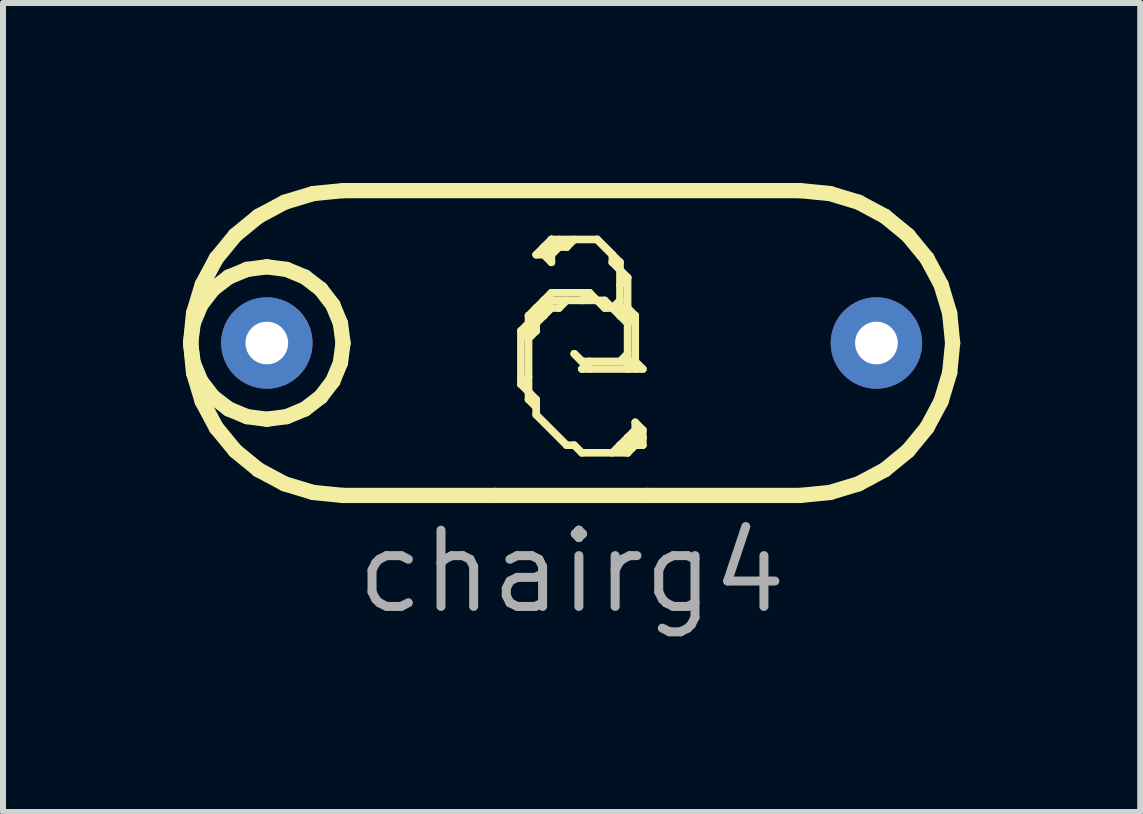
<source format=kicad_pcb>
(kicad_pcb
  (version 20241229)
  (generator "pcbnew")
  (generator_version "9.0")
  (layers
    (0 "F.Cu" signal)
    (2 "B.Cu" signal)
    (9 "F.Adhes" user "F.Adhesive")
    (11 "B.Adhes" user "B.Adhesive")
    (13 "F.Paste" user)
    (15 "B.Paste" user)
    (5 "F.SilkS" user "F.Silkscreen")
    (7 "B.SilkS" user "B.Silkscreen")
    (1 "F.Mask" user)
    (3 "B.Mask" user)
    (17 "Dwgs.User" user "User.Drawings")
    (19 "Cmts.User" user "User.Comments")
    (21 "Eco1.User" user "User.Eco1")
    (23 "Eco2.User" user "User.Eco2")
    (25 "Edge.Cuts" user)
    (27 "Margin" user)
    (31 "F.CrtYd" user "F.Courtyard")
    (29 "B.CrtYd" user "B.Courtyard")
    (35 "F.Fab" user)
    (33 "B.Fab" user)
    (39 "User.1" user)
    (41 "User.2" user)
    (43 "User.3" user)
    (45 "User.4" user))
  (footprint "chairg4"
    (layer "F.Cu")
    (at 1.397 2.667)
    (property "Reference" "chairg4" (at 5.08 3.81 0) (layer "F.Fab") (effects (font (size 1.27 1.27) (thickness 0.15))))
    (attr through_hole)
    (fp_line (start -1.27 0) (end -1.227 -0.329) (stroke (width 0.254) (type default)) (layer "F.SilkS"))
    (fp_line (start -1.27 0) (end -1.221 -0.496) (stroke (width 0.254) (type default)) (layer "F.SilkS"))
    (fp_line (start -1.227 -0.329) (end -1.1 -0.635) (stroke (width 0.254) (type default)) (layer "F.SilkS"))
    (fp_line (start -1.227 0.329) (end -1.27 0) (stroke (width 0.254) (type default)) (layer "F.SilkS"))
    (fp_line (start -1.221 -0.496) (end -1.077 -0.972) (stroke (width 0.254) (type default)) (layer "F.SilkS"))
    (fp_line (start -1.221 0.496) (end -1.27 0) (stroke (width 0.254) (type default)) (layer "F.SilkS"))
    (fp_line (start -1.1 -0.635) (end -0.898 -0.898) (stroke (width 0.254) (type default)) (layer "F.SilkS"))
    (fp_line (start -1.1 0.635) (end -1.227 0.329) (stroke (width 0.254) (type default)) (layer "F.SilkS"))
    (fp_line (start -1.077 -0.972) (end -0.842 -1.411) (stroke (width 0.254) (type default)) (layer "F.SilkS"))
    (fp_line (start -1.077 0.972) (end -1.221 0.496) (stroke (width 0.254) (type default)) (layer "F.SilkS"))
    (fp_line (start -0.898 -0.898) (end -0.635 -1.1) (stroke (width 0.254) (type default)) (layer "F.SilkS"))
    (fp_line (start -0.898 0.898) (end -1.1 0.635) (stroke (width 0.254) (type default)) (layer "F.SilkS"))
    (fp_line (start -0.842 -1.411) (end -0.526 -1.796) (stroke (width 0.254) (type default)) (layer "F.SilkS"))
    (fp_line (start -0.842 1.411) (end -1.077 0.972) (stroke (width 0.254) (type default)) (layer "F.SilkS"))
    (fp_line (start -0.635 -1.1) (end -0.329 -1.227) (stroke (width 0.254) (type default)) (layer "F.SilkS"))
    (fp_line (start -0.635 1.1) (end -0.898 0.898) (stroke (width 0.254) (type default)) (layer "F.SilkS"))
    (fp_line (start -0.526 -1.796) (end -0.141 -2.112) (stroke (width 0.254) (type default)) (layer "F.SilkS"))
    (fp_line (start -0.526 1.796) (end -0.842 1.411) (stroke (width 0.254) (type default)) (layer "F.SilkS"))
    (fp_line (start -0.329 -1.227) (end 0 -1.27) (stroke (width 0.254) (type default)) (layer "F.SilkS"))
    (fp_line (start -0.329 1.227) (end -0.635 1.1) (stroke (width 0.254) (type default)) (layer "F.SilkS"))
    (fp_line (start -0.141 -2.112) (end 0.298 -2.347) (stroke (width 0.254) (type default)) (layer "F.SilkS"))
    (fp_line (start -0.141 2.112) (end -0.526 1.796) (stroke (width 0.254) (type default)) (layer "F.SilkS"))
    (fp_line (start 0 -1.27) (end 0.329 -1.227) (stroke (width 0.254) (type default)) (layer "F.SilkS"))
    (fp_line (start 0 1.27) (end -0.329 1.227) (stroke (width 0.254) (type default)) (layer "F.SilkS"))
    (fp_line (start 0.298 -2.347) (end 0.774 -2.491) (stroke (width 0.254) (type default)) (layer "F.SilkS"))
    (fp_line (start 0.298 2.347) (end -0.141 2.112) (stroke (width 0.254) (type default)) (layer "F.SilkS"))
    (fp_line (start 0.329 -1.227) (end 0.635 -1.1) (stroke (width 0.254) (type default)) (layer "F.SilkS"))
    (fp_line (start 0.329 1.227) (end 0 1.27) (stroke (width 0.254) (type default)) (layer "F.SilkS"))
    (fp_line (start 0.635 -1.1) (end 0.898 -0.898) (stroke (width 0.254) (type default)) (layer "F.SilkS"))
    (fp_line (start 0.635 1.1) (end 0.329 1.227) (stroke (width 0.254) (type default)) (layer "F.SilkS"))
    (fp_line (start 0.774 -2.491) (end 1.27 -2.54) (stroke (width 0.254) (type default)) (layer "F.SilkS"))
    (fp_line (start 0.774 2.491) (end 0.298 2.347) (stroke (width 0.254) (type default)) (layer "F.SilkS"))
    (fp_line (start 0.898 -0.898) (end 1.1 -0.635) (stroke (width 0.254) (type default)) (layer "F.SilkS"))
    (fp_line (start 0.898 0.898) (end 0.635 1.1) (stroke (width 0.254) (type default)) (layer "F.SilkS"))
    (fp_line (start 1.1 -0.635) (end 1.227 -0.329) (stroke (width 0.254) (type default)) (layer "F.SilkS"))
    (fp_line (start 1.1 0.635) (end 0.898 0.898) (stroke (width 0.254) (type default)) (layer "F.SilkS"))
    (fp_line (start 1.227 -0.329) (end 1.27 0) (stroke (width 0.254) (type default)) (layer "F.SilkS"))
    (fp_line (start 1.227 0.329) (end 1.1 0.635) (stroke (width 0.254) (type default)) (layer "F.SilkS"))
    (fp_line (start 1.27 -2.54) (end 8.89 -2.54) (stroke (width 0.254) (type default)) (layer "F.SilkS"))
    (fp_line (start 1.27 0) (end 1.227 0.329) (stroke (width 0.254) (type default)) (layer "F.SilkS"))
    (fp_line (start 1.27 2.54) (end 0.774 2.491) (stroke (width 0.254) (type default)) (layer "F.SilkS"))
    (fp_line (start 3.81 2.54) (end 1.27 2.54) (stroke (width 0.254) (type default)) (layer "F.SilkS"))
    (fp_line (start 4.235 0.687) (end 4.235 -0.202) (stroke (width 0.127) (type default)) (layer "F.SilkS"))
    (fp_line (start 4.362 -0.329) (end 4.235 -0.202) (stroke (width 0.127) (type default)) (layer "F.SilkS"))
    (fp_line (start 4.362 -0.075) (end 4.235 -0.202) (stroke (width 0.127) (type default)) (layer "F.SilkS"))
    (fp_line (start 4.362 0.56) (end 4.235 0.687) (stroke (width 0.127) (type default)) (layer "F.SilkS"))
    (fp_line (start 4.362 0.814) (end 4.235 0.687) (stroke (width 0.127) (type default)) (layer "F.SilkS"))
    (fp_line (start 4.362 0.941) (end 4.362 -0.456) (stroke (width 0.127) (type default)) (layer "F.SilkS"))
    (fp_line (start 4.489 -1.472) (end 4.743 -1.472) (stroke (width 0.127) (type default)) (layer "F.SilkS"))
    (fp_line (start 4.489 -0.583) (end 4.87 -0.583) (stroke (width 0.127) (type default)) (layer "F.SilkS"))
    (fp_line (start 4.489 -0.329) (end 4.362 -0.456) (stroke (width 0.127) (type default)) (layer "F.SilkS"))
    (fp_line (start 4.489 -0.202) (end 4.362 -0.329) (stroke (width 0.127) (type default)) (layer "F.SilkS"))
    (fp_line (start 4.489 -0.202) (end 4.362 -0.075) (stroke (width 0.127) (type default)) (layer "F.SilkS"))
    (fp_line (start 4.489 -0.202) (end 4.489 -0.583) (stroke (width 0.127) (type default)) (layer "F.SilkS"))
    (fp_line (start 4.489 0.941) (end 4.362 0.814) (stroke (width 0.127) (type default)) (layer "F.SilkS"))
    (fp_line (start 4.489 1.068) (end 4.362 0.941) (stroke (width 0.127) (type default)) (layer "F.SilkS"))
    (fp_line (start 4.489 1.195) (end 4.489 0.941) (stroke (width 0.127) (type default)) (layer "F.SilkS"))
    (fp_line (start 4.616 -1.599) (end 4.997 -1.599) (stroke (width 0.127) (type default)) (layer "F.SilkS"))
    (fp_line (start 4.616 -0.71) (end 5.632 -0.71) (stroke (width 0.127) (type default)) (layer "F.SilkS"))
    (fp_line (start 4.616 -0.456) (end 4.489 -0.583) (stroke (width 0.127) (type default)) (layer "F.SilkS"))
    (fp_line (start 4.616 -0.456) (end 4.616 -0.71) (stroke (width 0.127) (type default)) (layer "F.SilkS"))
    (fp_line (start 4.743 -1.726) (end 4.489 -1.472) (stroke (width 0.127) (type default)) (layer "F.SilkS"))
    (fp_line (start 4.743 -1.726) (end 5.505 -1.726) (stroke (width 0.127) (type default)) (layer "F.SilkS"))
    (fp_line (start 4.743 -1.472) (end 4.616 -1.599) (stroke (width 0.127) (type default)) (layer "F.SilkS"))
    (fp_line (start 4.743 -1.345) (end 4.616 -1.472) (stroke (width 0.127) (type default)) (layer "F.SilkS"))
    (fp_line (start 4.743 -1.345) (end 4.743 -1.726) (stroke (width 0.127) (type default)) (layer "F.SilkS"))
    (fp_line (start 4.743 -0.837) (end 4.362 -0.456) (stroke (width 0.127) (type default)) (layer "F.SilkS"))
    (fp_line (start 4.743 -0.837) (end 5.378 -0.837) (stroke (width 0.127) (type default)) (layer "F.SilkS"))
    (fp_line (start 4.743 -0.583) (end 4.489 -0.329) (stroke (width 0.127) (type default)) (layer "F.SilkS"))
    (fp_line (start 4.743 -0.583) (end 4.616 -0.71) (stroke (width 0.127) (type default)) (layer "F.SilkS"))
    (fp_line (start 4.87 -1.599) (end 4.743 -1.726) (stroke (width 0.127) (type default)) (layer "F.SilkS"))
    (fp_line (start 4.87 -1.599) (end 4.743 -1.472) (stroke (width 0.127) (type default)) (layer "F.SilkS"))
    (fp_line (start 4.997 -1.599) (end 4.87 -1.726) (stroke (width 0.127) (type default)) (layer "F.SilkS"))
    (fp_line (start 4.997 -0.71) (end 4.87 -0.583) (stroke (width 0.127) (type default)) (layer "F.SilkS"))
    (fp_line (start 4.997 1.703) (end 4.489 1.195) (stroke (width 0.127) (type default)) (layer "F.SilkS"))
    (fp_line (start 4.997 1.703) (end 5.124 1.703) (stroke (width 0.127) (type default)) (layer "F.SilkS"))
    (fp_line (start 5.124 -1.726) (end 4.997 -1.599) (stroke (width 0.127) (type default)) (layer "F.SilkS"))
    (fp_line (start 5.251 0.306) (end 5.124 0.179) (stroke (width 0.127) (type default)) (layer "F.SilkS"))
    (fp_line (start 5.251 0.306) (end 6.14 0.306) (stroke (width 0.127) (type default)) (layer "F.SilkS"))
    (fp_line (start 5.251 0.433) (end 6.267 0.433) (stroke (width 0.127) (type default)) (layer "F.SilkS"))
    (fp_line (start 5.251 1.83) (end 5.124 1.703) (stroke (width 0.127) (type default)) (layer "F.SilkS"))
    (fp_line (start 5.251 1.83) (end 6.013 1.83) (stroke (width 0.127) (type default)) (layer "F.SilkS"))
    (fp_line (start 5.378 -0.837) (end 5.251 -0.71) (stroke (width 0.127) (type default)) (layer "F.SilkS"))
    (fp_line (start 5.378 0.306) (end 5.251 0.433) (stroke (width 0.127) (type default)) (layer "F.SilkS"))
    (fp_line (start 5.378 0.433) (end 5.124 0.179) (stroke (width 0.127) (type default)) (layer "F.SilkS"))
    (fp_line (start 5.505 -0.71) (end 5.378 -0.837) (stroke (width 0.127) (type default)) (layer "F.SilkS"))
    (fp_line (start 5.632 -0.583) (end 5.505 -0.71) (stroke (width 0.127) (type default)) (layer "F.SilkS"))
    (fp_line (start 5.632 -0.583) (end 6.013 -0.583) (stroke (width 0.127) (type default)) (layer "F.SilkS"))
    (fp_line (start 5.759 -1.472) (end 5.505 -1.726) (stroke (width 0.127) (type default)) (layer "F.SilkS"))
    (fp_line (start 5.759 -1.345) (end 5.759 -1.472) (stroke (width 0.127) (type default)) (layer "F.SilkS"))
    (fp_line (start 5.759 -1.345) (end 5.886 -1.345) (stroke (width 0.127) (type default)) (layer "F.SilkS"))
    (fp_line (start 5.759 -0.583) (end 5.632 -0.71) (stroke (width 0.127) (type default)) (layer "F.SilkS"))
    (fp_line (start 5.886 -1.345) (end 5.505 -1.726) (stroke (width 0.127) (type default)) (layer "F.SilkS"))
    (fp_line (start 5.886 -1.218) (end 5.759 -1.345) (stroke (width 0.127) (type default)) (layer "F.SilkS"))
    (fp_line (start 5.886 -0.71) (end 5.759 -0.583) (stroke (width 0.127) (type default)) (layer "F.SilkS"))
    (fp_line (start 5.886 -0.456) (end 5.886 -1.345) (stroke (width 0.127) (type default)) (layer "F.SilkS"))
    (fp_line (start 5.886 1.703) (end 6.267 1.703) (stroke (width 0.127) (type default)) (layer "F.SilkS"))
    (fp_line (start 6.013 -1.091) (end 5.886 -1.218) (stroke (width 0.127) (type default)) (layer "F.SilkS"))
    (fp_line (start 6.013 -1.091) (end 5.886 -0.964) (stroke (width 0.127) (type default)) (layer "F.SilkS"))
    (fp_line (start 6.013 -0.583) (end 5.886 -0.456) (stroke (width 0.127) (type default)) (layer "F.SilkS"))
    (fp_line (start 6.013 -0.329) (end 5.759 -0.583) (stroke (width 0.127) (type default)) (layer "F.SilkS"))
    (fp_line (start 6.013 0.179) (end 5.886 0.306) (stroke (width 0.127) (type default)) (layer "F.SilkS"))
    (fp_line (start 6.013 0.433) (end 6.013 -1.091) (stroke (width 0.127) (type default)) (layer "F.SilkS"))
    (fp_line (start 6.013 1.576) (end 6.267 1.576) (stroke (width 0.127) (type default)) (layer "F.SilkS"))
    (fp_line (start 6.013 1.83) (end 5.886 1.703) (stroke (width 0.127) (type default)) (layer "F.SilkS"))
    (fp_line (start 6.14 -0.456) (end 6.013 -0.583) (stroke (width 0.127) (type default)) (layer "F.SilkS"))
    (fp_line (start 6.14 -0.456) (end 6.013 -0.329) (stroke (width 0.127) (type default)) (layer "F.SilkS"))
    (fp_line (start 6.14 0.306) (end 6.013 0.433) (stroke (width 0.127) (type default)) (layer "F.SilkS"))
    (fp_line (start 6.14 0.433) (end 6.14 -0.456) (stroke (width 0.127) (type default)) (layer "F.SilkS"))
    (fp_line (start 6.14 1.449) (end 5.759 1.83) (stroke (width 0.127) (type default)) (layer "F.SilkS"))
    (fp_line (start 6.14 1.703) (end 6.013 1.576) (stroke (width 0.127) (type default)) (layer "F.SilkS"))
    (fp_line (start 6.14 1.703) (end 6.14 1.322) (stroke (width 0.127) (type default)) (layer "F.SilkS"))
    (fp_line (start 6.267 0.433) (end 6.14 0.306) (stroke (width 0.127) (type default)) (layer "F.SilkS"))
    (fp_line (start 6.267 1.449) (end 6.14 1.322) (stroke (width 0.127) (type default)) (layer "F.SilkS"))
    (fp_line (start 6.267 1.576) (end 6.013 1.83) (stroke (width 0.127) (type default)) (layer "F.SilkS"))
    (fp_line (start 6.267 1.703) (end 6.267 1.449) (stroke (width 0.127) (type default)) (layer "F.SilkS"))
    (fp_line (start 6.35 2.54) (end 3.81 2.54) (stroke (width 0.254) (type default)) (layer "F.SilkS"))
    (fp_line (start 8.89 -2.54) (end 9.386 -2.491) (stroke (width 0.254) (type default)) (layer "F.SilkS"))
    (fp_line (start 8.89 2.54) (end 6.35 2.54) (stroke (width 0.254) (type default)) (layer "F.SilkS"))
    (fp_line (start 9.386 -2.491) (end 9.862 -2.347) (stroke (width 0.254) (type default)) (layer "F.SilkS"))
    (fp_line (start 9.386 2.491) (end 8.89 2.54) (stroke (width 0.254) (type default)) (layer "F.SilkS"))
    (fp_line (start 9.862 -2.347) (end 10.301 -2.112) (stroke (width 0.254) (type default)) (layer "F.SilkS"))
    (fp_line (start 9.862 2.347) (end 9.386 2.491) (stroke (width 0.254) (type default)) (layer "F.SilkS"))
    (fp_line (start 10.301 -2.112) (end 10.686 -1.796) (stroke (width 0.254) (type default)) (layer "F.SilkS"))
    (fp_line (start 10.301 2.112) (end 9.862 2.347) (stroke (width 0.254) (type default)) (layer "F.SilkS"))
    (fp_line (start 10.686 -1.796) (end 11.002 -1.411) (stroke (width 0.254) (type default)) (layer "F.SilkS"))
    (fp_line (start 10.686 1.796) (end 10.301 2.112) (stroke (width 0.254) (type default)) (layer "F.SilkS"))
    (fp_line (start 11.002 -1.411) (end 11.237 -0.972) (stroke (width 0.254) (type default)) (layer "F.SilkS"))
    (fp_line (start 11.002 1.411) (end 10.686 1.796) (stroke (width 0.254) (type default)) (layer "F.SilkS"))
    (fp_line (start 11.237 -0.972) (end 11.381 -0.496) (stroke (width 0.254) (type default)) (layer "F.SilkS"))
    (fp_line (start 11.237 0.972) (end 11.002 1.411) (stroke (width 0.254) (type default)) (layer "F.SilkS"))
    (fp_line (start 11.381 -0.496) (end 11.43 0) (stroke (width 0.254) (type default)) (layer "F.SilkS"))
    (fp_line (start 11.381 0.496) (end 11.237 0.972) (stroke (width 0.254) (type default)) (layer "F.SilkS"))
    (fp_line (start 11.43 0) (end 11.381 0.496) (stroke (width 0.254) (type default)) (layer "F.SilkS"))
    (pad "1" thru_hole circle (at 10.16 0) (size 1.524 1.524) (drill 0.711) (layers "*.Cu" "*.Mask"))
    (pad "2" thru_hole circle (at 0 0) (size 1.524 1.524) (drill 0.711) (layers "*.Cu" "*.Mask")))
  (gr_rect
    (start -3 -3)
    (end 15.954 10.483)
    (stroke (width 0.1) (type default))
    (fill no)
    (layer "Edge.Cuts")))
</source>
